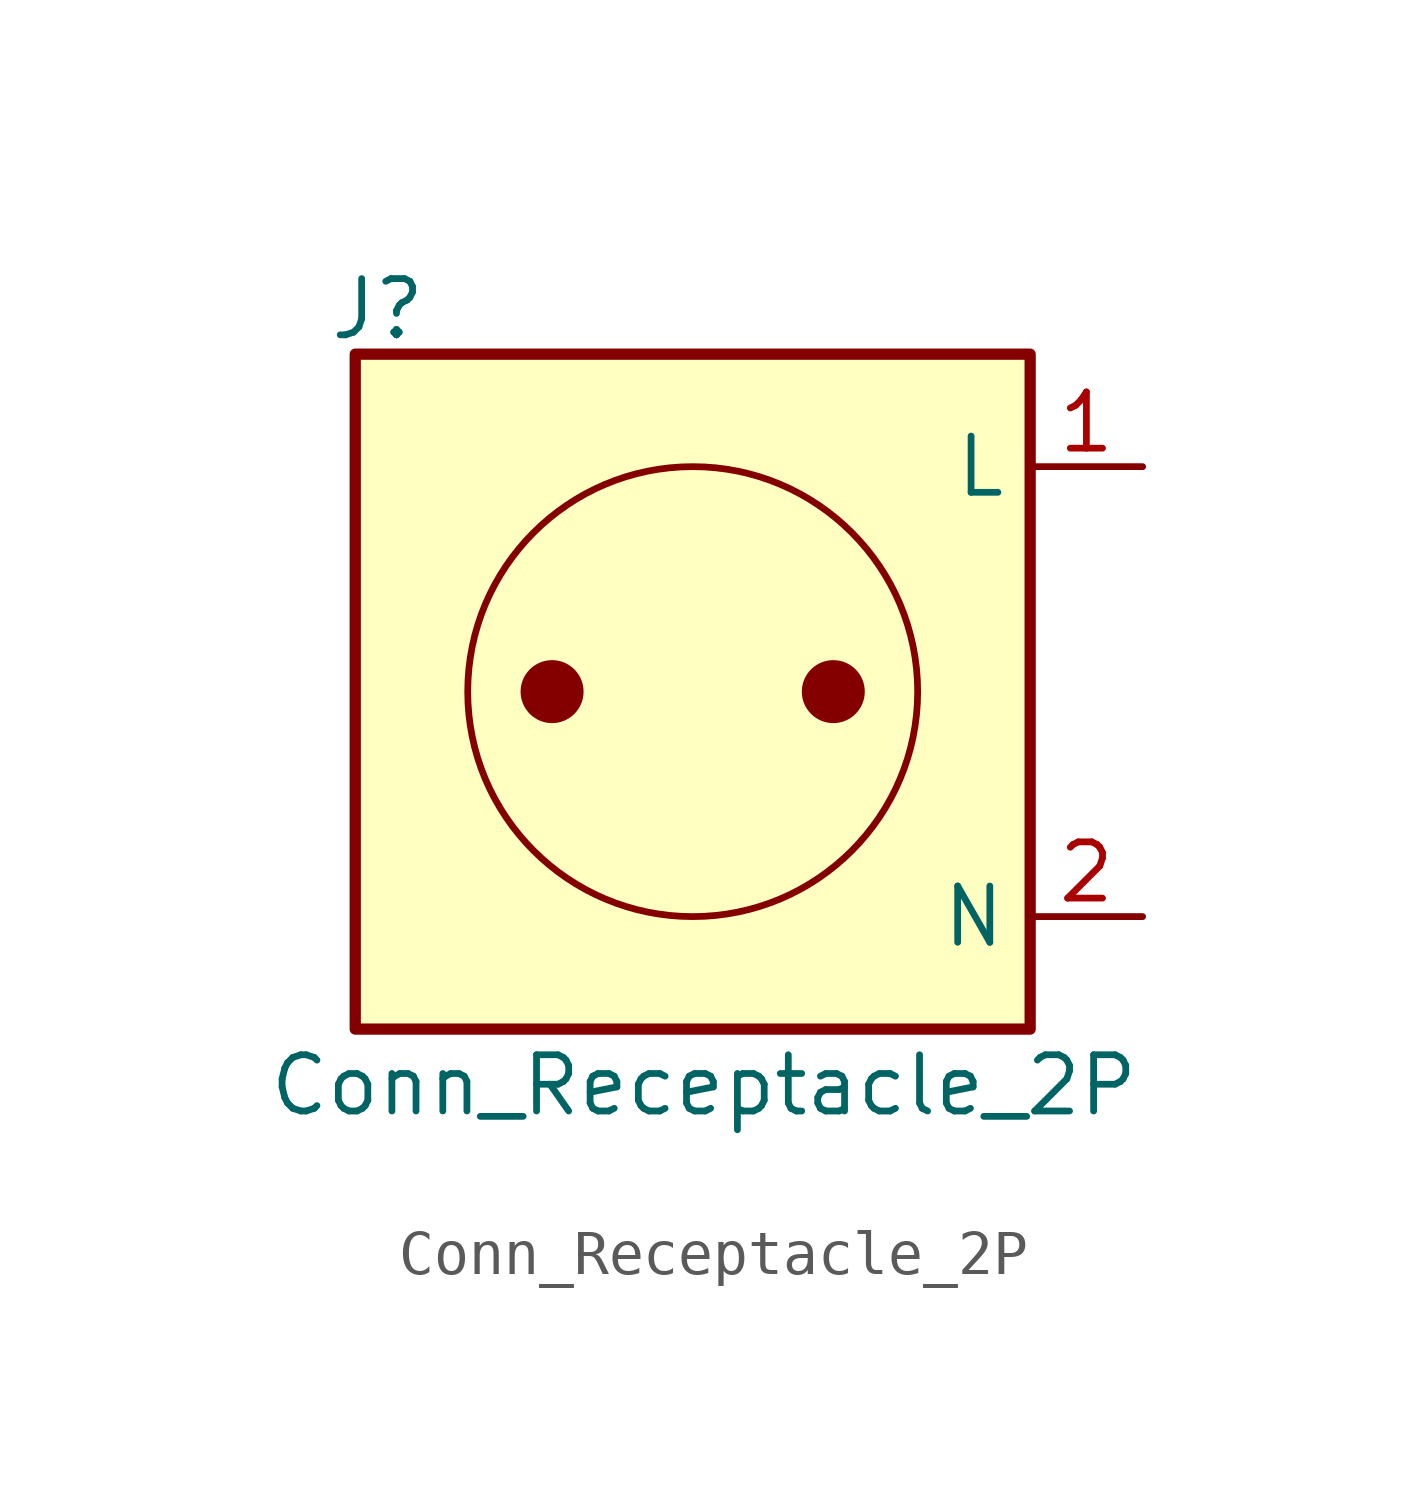
<source format=kicad_sym>
(kicad_symbol_lib
  (version 20241209)
  (generator "kicad_symbol_editor")
  (generator_version "9.0")
  (symbol "Conn_Receptacle_2P"
    (property "Reference" "J"
      (at -7.112 8.636 0)
      (effects (font (size 1.27 1.27))))
    (property "Value" "Conn_Receptacle_2P"
      (at 0.254 -8.89 0)
      (effects (font (size 1.27 1.27))))
    (symbol "Conn_Receptacle_2P_0_1"
      (circle (center 0 0) (radius 5.08) (stroke (width 0) (type default)) (fill (type none))))
    (symbol "Conn_Receptacle_2P_1_1"
      (rectangle (start -7.62 7.62) (end 7.62 -7.62) (stroke (width 0.254) (type default)) (fill (type background)))
      (circle (center -3.175 0) (radius 0.635) (stroke (width 0) (type default)) (fill (type outline)))
      (circle (center 3.175 0) (radius 0.635) (stroke (width 0) (type default)) (fill (type outline)))
      (pin power_in line (at 10.16 5.08 180) (length 2.54) (name "L" (effects (font (size 1.27 1.27)))) (number "1" (effects (font (size 1.27 1.27)))))
      (pin power_out line (at 10.16 -5.08 180) (length 2.54) (name "N" (effects (font (size 1.27 1.27)))) (number "2" (effects (font (size 1.27 1.27))))))))
</source>
